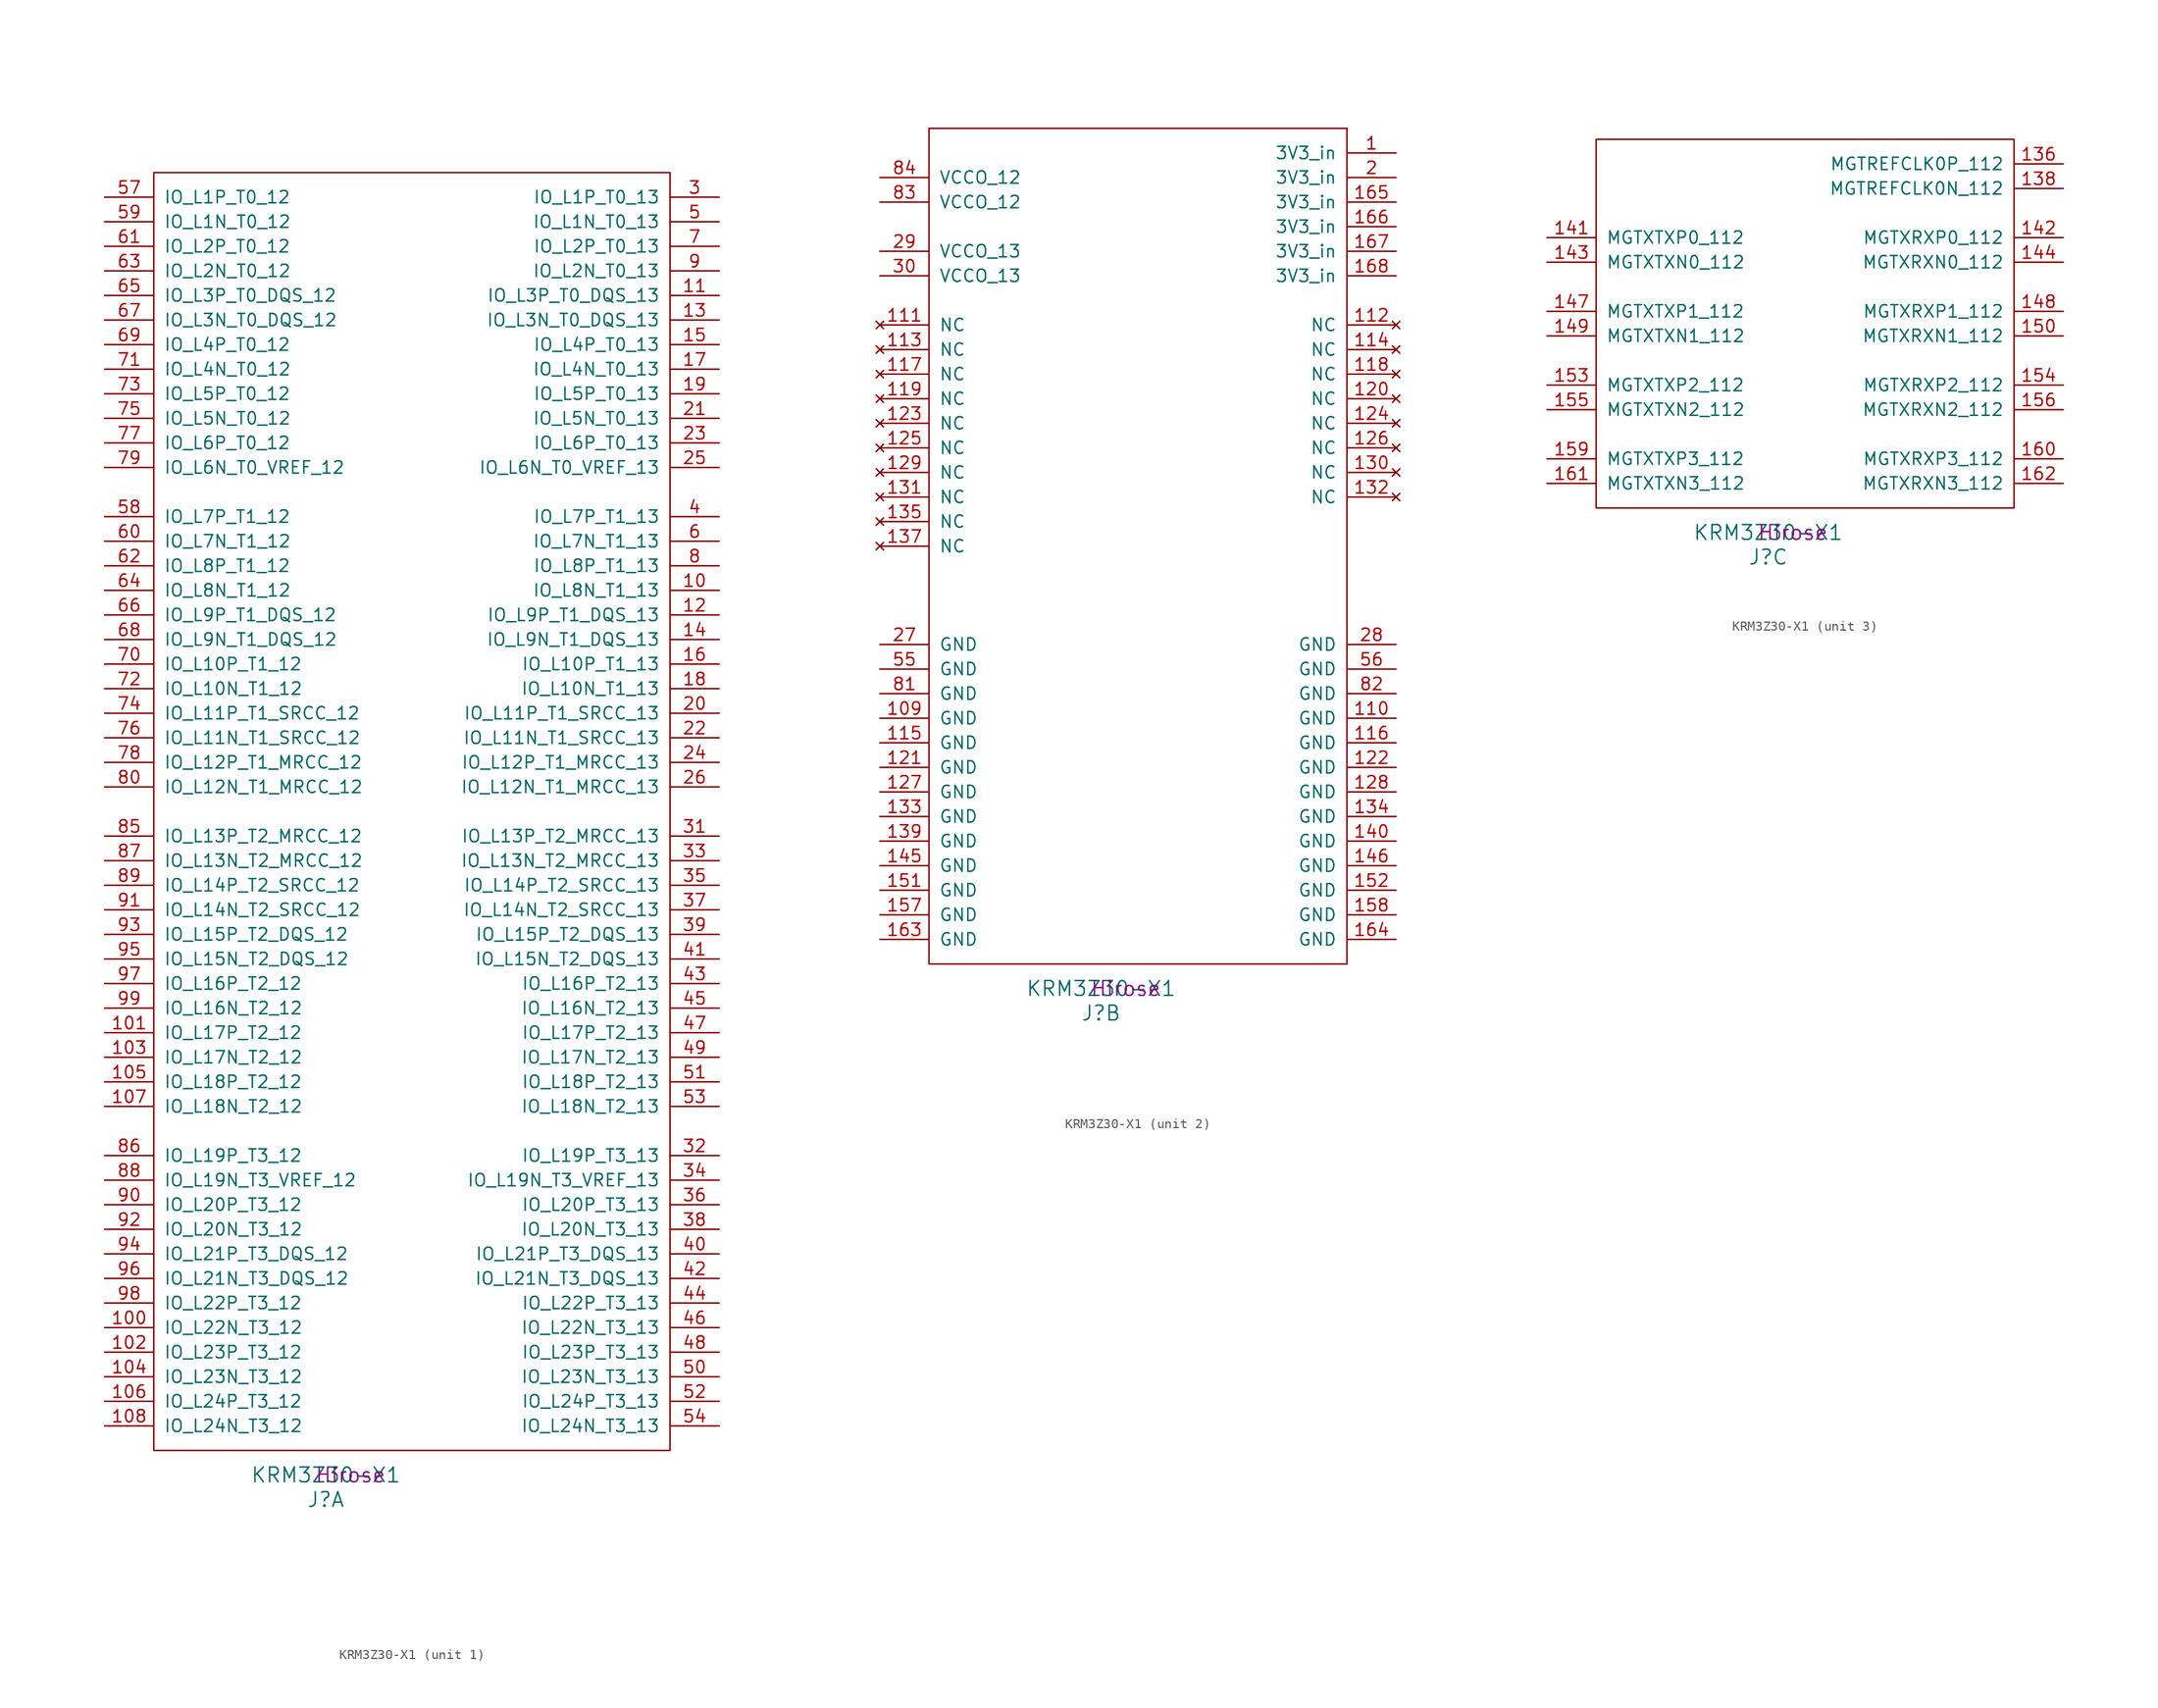
<source format=kicad_sym>
(kicad_symbol_lib
  (version 20220914)
  (generator kicad_symbol_editor)
  (symbol "KRM3Z30-X1"
    (pin_names
      (offset 1.016))
    (property "Reference" "J"
      (at 17.78 -5.08 0)
      (effects (font (size 1.524 1.524))))
    (property "Value" "KRM3Z30-X1"
      (at 17.78 -2.54 0)
      (effects (font (size 1.524 1.524))))
    (property "Datasheet" ""
      (at 3.81 43.18 0)
      (effects (font (size 1.524 1.524))))
    (property "Manufacturer" "Hirose"
      (at 20.32 -2.54 0)
      (effects (font (size 1.524 1.524))))
    (property "ki_locked" ""
      (at 0 0 0)
      (effects (font (size 1.27 1.27))))
    (symbol "KRM3Z30-X1_1_1"
      (rectangle (start 0 0) (end 53.34 132.08) (stroke (width 0) (type solid)) (fill (type none)))
      (pin bidirectional line (at 58.42 88.9 180) (length 5.08) (name "IO_L8N_T1_13" (effects (font (size 1.27 1.27)))) (number "10" (effects (font (size 1.27 1.27)))))
      (pin bidirectional line (at -5.08 12.7 0) (length 5.08) (name "IO_L22N_T3_12" (effects (font (size 1.27 1.27)))) (number "100" (effects (font (size 1.27 1.27)))))
      (pin bidirectional line (at -5.08 43.18 0) (length 5.08) (name "IO_L17P_T2_12" (effects (font (size 1.27 1.27)))) (number "101" (effects (font (size 1.27 1.27)))))
      (pin bidirectional line (at -5.08 10.16 0) (length 5.08) (name "IO_L23P_T3_12" (effects (font (size 1.27 1.27)))) (number "102" (effects (font (size 1.27 1.27)))))
      (pin bidirectional line (at -5.08 40.64 0) (length 5.08) (name "IO_L17N_T2_12" (effects (font (size 1.27 1.27)))) (number "103" (effects (font (size 1.27 1.27)))))
      (pin bidirectional line (at -5.08 7.62 0) (length 5.08) (name "IO_L23N_T3_12" (effects (font (size 1.27 1.27)))) (number "104" (effects (font (size 1.27 1.27)))))
      (pin bidirectional line (at -5.08 38.1 0) (length 5.08) (name "IO_L18P_T2_12" (effects (font (size 1.27 1.27)))) (number "105" (effects (font (size 1.27 1.27)))))
      (pin bidirectional line (at -5.08 5.08 0) (length 5.08) (name "IO_L24P_T3_12" (effects (font (size 1.27 1.27)))) (number "106" (effects (font (size 1.27 1.27)))))
      (pin bidirectional line (at -5.08 35.56 0) (length 5.08) (name "IO_L18N_T2_12" (effects (font (size 1.27 1.27)))) (number "107" (effects (font (size 1.27 1.27)))))
      (pin bidirectional line (at -5.08 2.54 0) (length 5.08) (name "IO_L24N_T3_12" (effects (font (size 1.27 1.27)))) (number "108" (effects (font (size 1.27 1.27)))))
      (pin bidirectional line (at 58.42 119.38 180) (length 5.08) (name "IO_L3P_T0_DQS_13" (effects (font (size 1.27 1.27)))) (number "11" (effects (font (size 1.27 1.27)))))
      (pin bidirectional line (at 58.42 86.36 180) (length 5.08) (name "IO_L9P_T1_DQS_13" (effects (font (size 1.27 1.27)))) (number "12" (effects (font (size 1.27 1.27)))))
      (pin bidirectional line (at 58.42 116.84 180) (length 5.08) (name "IO_L3N_T0_DQS_13" (effects (font (size 1.27 1.27)))) (number "13" (effects (font (size 1.27 1.27)))))
      (pin bidirectional line (at 58.42 83.82 180) (length 5.08) (name "IO_L9N_T1_DQS_13" (effects (font (size 1.27 1.27)))) (number "14" (effects (font (size 1.27 1.27)))))
      (pin bidirectional line (at 58.42 114.3 180) (length 5.08) (name "IO_L4P_T0_13" (effects (font (size 1.27 1.27)))) (number "15" (effects (font (size 1.27 1.27)))))
      (pin bidirectional line (at 58.42 81.28 180) (length 5.08) (name "IO_L10P_T1_13" (effects (font (size 1.27 1.27)))) (number "16" (effects (font (size 1.27 1.27)))))
      (pin bidirectional line (at 58.42 111.76 180) (length 5.08) (name "IO_L4N_T0_13" (effects (font (size 1.27 1.27)))) (number "17" (effects (font (size 1.27 1.27)))))
      (pin bidirectional line (at 58.42 78.74 180) (length 5.08) (name "IO_L10N_T1_13" (effects (font (size 1.27 1.27)))) (number "18" (effects (font (size 1.27 1.27)))))
      (pin bidirectional line (at 58.42 109.22 180) (length 5.08) (name "IO_L5P_T0_13" (effects (font (size 1.27 1.27)))) (number "19" (effects (font (size 1.27 1.27)))))
      (pin bidirectional line (at 58.42 76.2 180) (length 5.08) (name "IO_L11P_T1_SRCC_13" (effects (font (size 1.27 1.27)))) (number "20" (effects (font (size 1.27 1.27)))))
      (pin bidirectional line (at 58.42 106.68 180) (length 5.08) (name "IO_L5N_T0_13" (effects (font (size 1.27 1.27)))) (number "21" (effects (font (size 1.27 1.27)))))
      (pin bidirectional line (at 58.42 73.66 180) (length 5.08) (name "IO_L11N_T1_SRCC_13" (effects (font (size 1.27 1.27)))) (number "22" (effects (font (size 1.27 1.27)))))
      (pin bidirectional line (at 58.42 104.14 180) (length 5.08) (name "IO_L6P_T0_13" (effects (font (size 1.27 1.27)))) (number "23" (effects (font (size 1.27 1.27)))))
      (pin bidirectional line (at 58.42 71.12 180) (length 5.08) (name "IO_L12P_T1_MRCC_13" (effects (font (size 1.27 1.27)))) (number "24" (effects (font (size 1.27 1.27)))))
      (pin bidirectional line (at 58.42 101.6 180) (length 5.08) (name "IO_L6N_T0_VREF_13" (effects (font (size 1.27 1.27)))) (number "25" (effects (font (size 1.27 1.27)))))
      (pin bidirectional line (at 58.42 68.58 180) (length 5.08) (name "IO_L12N_T1_MRCC_13" (effects (font (size 1.27 1.27)))) (number "26" (effects (font (size 1.27 1.27)))))
      (pin bidirectional line (at 58.42 129.54 180) (length 5.08) (name "IO_L1P_T0_13" (effects (font (size 1.27 1.27)))) (number "3" (effects (font (size 1.27 1.27)))))
      (pin bidirectional line (at 58.42 63.5 180) (length 5.08) (name "IO_L13P_T2_MRCC_13" (effects (font (size 1.27 1.27)))) (number "31" (effects (font (size 1.27 1.27)))))
      (pin bidirectional line (at 58.42 30.48 180) (length 5.08) (name "IO_L19P_T3_13" (effects (font (size 1.27 1.27)))) (number "32" (effects (font (size 1.27 1.27)))))
      (pin bidirectional line (at 58.42 60.96 180) (length 5.08) (name "IO_L13N_T2_MRCC_13" (effects (font (size 1.27 1.27)))) (number "33" (effects (font (size 1.27 1.27)))))
      (pin bidirectional line (at 58.42 27.94 180) (length 5.08) (name "IO_L19N_T3_VREF_13" (effects (font (size 1.27 1.27)))) (number "34" (effects (font (size 1.27 1.27)))))
      (pin bidirectional line (at 58.42 58.42 180) (length 5.08) (name "IO_L14P_T2_SRCC_13" (effects (font (size 1.27 1.27)))) (number "35" (effects (font (size 1.27 1.27)))))
      (pin bidirectional line (at 58.42 25.4 180) (length 5.08) (name "IO_L20P_T3_13" (effects (font (size 1.27 1.27)))) (number "36" (effects (font (size 1.27 1.27)))))
      (pin bidirectional line (at 58.42 55.88 180) (length 5.08) (name "IO_L14N_T2_SRCC_13" (effects (font (size 1.27 1.27)))) (number "37" (effects (font (size 1.27 1.27)))))
      (pin bidirectional line (at 58.42 22.86 180) (length 5.08) (name "IO_L20N_T3_13" (effects (font (size 1.27 1.27)))) (number "38" (effects (font (size 1.27 1.27)))))
      (pin bidirectional line (at 58.42 53.34 180) (length 5.08) (name "IO_L15P_T2_DQS_13" (effects (font (size 1.27 1.27)))) (number "39" (effects (font (size 1.27 1.27)))))
      (pin bidirectional line (at 58.42 96.52 180) (length 5.08) (name "IO_L7P_T1_13" (effects (font (size 1.27 1.27)))) (number "4" (effects (font (size 1.27 1.27)))))
      (pin bidirectional line (at 58.42 20.32 180) (length 5.08) (name "IO_L21P_T3_DQS_13" (effects (font (size 1.27 1.27)))) (number "40" (effects (font (size 1.27 1.27)))))
      (pin bidirectional line (at 58.42 50.8 180) (length 5.08) (name "IO_L15N_T2_DQS_13" (effects (font (size 1.27 1.27)))) (number "41" (effects (font (size 1.27 1.27)))))
      (pin bidirectional line (at 58.42 17.78 180) (length 5.08) (name "IO_L21N_T3_DQS_13" (effects (font (size 1.27 1.27)))) (number "42" (effects (font (size 1.27 1.27)))))
      (pin bidirectional line (at 58.42 48.26 180) (length 5.08) (name "IO_L16P_T2_13" (effects (font (size 1.27 1.27)))) (number "43" (effects (font (size 1.27 1.27)))))
      (pin bidirectional line (at 58.42 15.24 180) (length 5.08) (name "IO_L22P_T3_13" (effects (font (size 1.27 1.27)))) (number "44" (effects (font (size 1.27 1.27)))))
      (pin bidirectional line (at 58.42 45.72 180) (length 5.08) (name "IO_L16N_T2_13" (effects (font (size 1.27 1.27)))) (number "45" (effects (font (size 1.27 1.27)))))
      (pin bidirectional line (at 58.42 12.7 180) (length 5.08) (name "IO_L22N_T3_13" (effects (font (size 1.27 1.27)))) (number "46" (effects (font (size 1.27 1.27)))))
      (pin bidirectional line (at 58.42 43.18 180) (length 5.08) (name "IO_L17P_T2_13" (effects (font (size 1.27 1.27)))) (number "47" (effects (font (size 1.27 1.27)))))
      (pin bidirectional line (at 58.42 10.16 180) (length 5.08) (name "IO_L23P_T3_13" (effects (font (size 1.27 1.27)))) (number "48" (effects (font (size 1.27 1.27)))))
      (pin bidirectional line (at 58.42 40.64 180) (length 5.08) (name "IO_L17N_T2_13" (effects (font (size 1.27 1.27)))) (number "49" (effects (font (size 1.27 1.27)))))
      (pin bidirectional line (at 58.42 127 180) (length 5.08) (name "IO_L1N_T0_13" (effects (font (size 1.27 1.27)))) (number "5" (effects (font (size 1.27 1.27)))))
      (pin bidirectional line (at 58.42 7.62 180) (length 5.08) (name "IO_L23N_T3_13" (effects (font (size 1.27 1.27)))) (number "50" (effects (font (size 1.27 1.27)))))
      (pin bidirectional line (at 58.42 38.1 180) (length 5.08) (name "IO_L18P_T2_13" (effects (font (size 1.27 1.27)))) (number "51" (effects (font (size 1.27 1.27)))))
      (pin bidirectional line (at 58.42 5.08 180) (length 5.08) (name "IO_L24P_T3_13" (effects (font (size 1.27 1.27)))) (number "52" (effects (font (size 1.27 1.27)))))
      (pin bidirectional line (at 58.42 35.56 180) (length 5.08) (name "IO_L18N_T2_13" (effects (font (size 1.27 1.27)))) (number "53" (effects (font (size 1.27 1.27)))))
      (pin bidirectional line (at 58.42 2.54 180) (length 5.08) (name "IO_L24N_T3_13" (effects (font (size 1.27 1.27)))) (number "54" (effects (font (size 1.27 1.27)))))
      (pin bidirectional line (at -5.08 129.54 0) (length 5.08) (name "IO_L1P_T0_12" (effects (font (size 1.27 1.27)))) (number "57" (effects (font (size 1.27 1.27)))))
      (pin bidirectional line (at -5.08 96.52 0) (length 5.08) (name "IO_L7P_T1_12" (effects (font (size 1.27 1.27)))) (number "58" (effects (font (size 1.27 1.27)))))
      (pin bidirectional line (at -5.08 127 0) (length 5.08) (name "IO_L1N_T0_12" (effects (font (size 1.27 1.27)))) (number "59" (effects (font (size 1.27 1.27)))))
      (pin bidirectional line (at 58.42 93.98 180) (length 5.08) (name "IO_L7N_T1_13" (effects (font (size 1.27 1.27)))) (number "6" (effects (font (size 1.27 1.27)))))
      (pin bidirectional line (at -5.08 93.98 0) (length 5.08) (name "IO_L7N_T1_12" (effects (font (size 1.27 1.27)))) (number "60" (effects (font (size 1.27 1.27)))))
      (pin bidirectional line (at -5.08 124.46 0) (length 5.08) (name "IO_L2P_T0_12" (effects (font (size 1.27 1.27)))) (number "61" (effects (font (size 1.27 1.27)))))
      (pin bidirectional line (at -5.08 91.44 0) (length 5.08) (name "IO_L8P_T1_12" (effects (font (size 1.27 1.27)))) (number "62" (effects (font (size 1.27 1.27)))))
      (pin bidirectional line (at -5.08 121.92 0) (length 5.08) (name "IO_L2N_T0_12" (effects (font (size 1.27 1.27)))) (number "63" (effects (font (size 1.27 1.27)))))
      (pin bidirectional line (at -5.08 88.9 0) (length 5.08) (name "IO_L8N_T1_12" (effects (font (size 1.27 1.27)))) (number "64" (effects (font (size 1.27 1.27)))))
      (pin bidirectional line (at -5.08 119.38 0) (length 5.08) (name "IO_L3P_T0_DQS_12" (effects (font (size 1.27 1.27)))) (number "65" (effects (font (size 1.27 1.27)))))
      (pin bidirectional line (at -5.08 86.36 0) (length 5.08) (name "IO_L9P_T1_DQS_12" (effects (font (size 1.27 1.27)))) (number "66" (effects (font (size 1.27 1.27)))))
      (pin bidirectional line (at -5.08 116.84 0) (length 5.08) (name "IO_L3N_T0_DQS_12" (effects (font (size 1.27 1.27)))) (number "67" (effects (font (size 1.27 1.27)))))
      (pin bidirectional line (at -5.08 83.82 0) (length 5.08) (name "IO_L9N_T1_DQS_12" (effects (font (size 1.27 1.27)))) (number "68" (effects (font (size 1.27 1.27)))))
      (pin bidirectional line (at -5.08 114.3 0) (length 5.08) (name "IO_L4P_T0_12" (effects (font (size 1.27 1.27)))) (number "69" (effects (font (size 1.27 1.27)))))
      (pin bidirectional line (at 58.42 124.46 180) (length 5.08) (name "IO_L2P_T0_13" (effects (font (size 1.27 1.27)))) (number "7" (effects (font (size 1.27 1.27)))))
      (pin bidirectional line (at -5.08 81.28 0) (length 5.08) (name "IO_L10P_T1_12" (effects (font (size 1.27 1.27)))) (number "70" (effects (font (size 1.27 1.27)))))
      (pin bidirectional line (at -5.08 111.76 0) (length 5.08) (name "IO_L4N_T0_12" (effects (font (size 1.27 1.27)))) (number "71" (effects (font (size 1.27 1.27)))))
      (pin bidirectional line (at -5.08 78.74 0) (length 5.08) (name "IO_L10N_T1_12" (effects (font (size 1.27 1.27)))) (number "72" (effects (font (size 1.27 1.27)))))
      (pin bidirectional line (at -5.08 109.22 0) (length 5.08) (name "IO_L5P_T0_12" (effects (font (size 1.27 1.27)))) (number "73" (effects (font (size 1.27 1.27)))))
      (pin bidirectional line (at -5.08 76.2 0) (length 5.08) (name "IO_L11P_T1_SRCC_12" (effects (font (size 1.27 1.27)))) (number "74" (effects (font (size 1.27 1.27)))))
      (pin bidirectional line (at -5.08 106.68 0) (length 5.08) (name "IO_L5N_T0_12" (effects (font (size 1.27 1.27)))) (number "75" (effects (font (size 1.27 1.27)))))
      (pin bidirectional line (at -5.08 73.66 0) (length 5.08) (name "IO_L11N_T1_SRCC_12" (effects (font (size 1.27 1.27)))) (number "76" (effects (font (size 1.27 1.27)))))
      (pin bidirectional line (at -5.08 104.14 0) (length 5.08) (name "IO_L6P_T0_12" (effects (font (size 1.27 1.27)))) (number "77" (effects (font (size 1.27 1.27)))))
      (pin bidirectional line (at -5.08 71.12 0) (length 5.08) (name "IO_L12P_T1_MRCC_12" (effects (font (size 1.27 1.27)))) (number "78" (effects (font (size 1.27 1.27)))))
      (pin bidirectional line (at -5.08 101.6 0) (length 5.08) (name "IO_L6N_T0_VREF_12" (effects (font (size 1.27 1.27)))) (number "79" (effects (font (size 1.27 1.27)))))
      (pin bidirectional line (at 58.42 91.44 180) (length 5.08) (name "IO_L8P_T1_13" (effects (font (size 1.27 1.27)))) (number "8" (effects (font (size 1.27 1.27)))))
      (pin bidirectional line (at -5.08 68.58 0) (length 5.08) (name "IO_L12N_T1_MRCC_12" (effects (font (size 1.27 1.27)))) (number "80" (effects (font (size 1.27 1.27)))))
      (pin bidirectional line (at -5.08 63.5 0) (length 5.08) (name "IO_L13P_T2_MRCC_12" (effects (font (size 1.27 1.27)))) (number "85" (effects (font (size 1.27 1.27)))))
      (pin bidirectional line (at -5.08 30.48 0) (length 5.08) (name "IO_L19P_T3_12" (effects (font (size 1.27 1.27)))) (number "86" (effects (font (size 1.27 1.27)))))
      (pin bidirectional line (at -5.08 60.96 0) (length 5.08) (name "IO_L13N_T2_MRCC_12" (effects (font (size 1.27 1.27)))) (number "87" (effects (font (size 1.27 1.27)))))
      (pin bidirectional line (at -5.08 27.94 0) (length 5.08) (name "IO_L19N_T3_VREF_12" (effects (font (size 1.27 1.27)))) (number "88" (effects (font (size 1.27 1.27)))))
      (pin bidirectional line (at -5.08 58.42 0) (length 5.08) (name "IO_L14P_T2_SRCC_12" (effects (font (size 1.27 1.27)))) (number "89" (effects (font (size 1.27 1.27)))))
      (pin bidirectional line (at 58.42 121.92 180) (length 5.08) (name "IO_L2N_T0_13" (effects (font (size 1.27 1.27)))) (number "9" (effects (font (size 1.27 1.27)))))
      (pin bidirectional line (at -5.08 25.4 0) (length 5.08) (name "IO_L20P_T3_12" (effects (font (size 1.27 1.27)))) (number "90" (effects (font (size 1.27 1.27)))))
      (pin bidirectional line (at -5.08 55.88 0) (length 5.08) (name "IO_L14N_T2_SRCC_12" (effects (font (size 1.27 1.27)))) (number "91" (effects (font (size 1.27 1.27)))))
      (pin bidirectional line (at -5.08 22.86 0) (length 5.08) (name "IO_L20N_T3_12" (effects (font (size 1.27 1.27)))) (number "92" (effects (font (size 1.27 1.27)))))
      (pin bidirectional line (at -5.08 53.34 0) (length 5.08) (name "IO_L15P_T2_DQS_12" (effects (font (size 1.27 1.27)))) (number "93" (effects (font (size 1.27 1.27)))))
      (pin bidirectional line (at -5.08 20.32 0) (length 5.08) (name "IO_L21P_T3_DQS_12" (effects (font (size 1.27 1.27)))) (number "94" (effects (font (size 1.27 1.27)))))
      (pin bidirectional line (at -5.08 50.8 0) (length 5.08) (name "IO_L15N_T2_DQS_12" (effects (font (size 1.27 1.27)))) (number "95" (effects (font (size 1.27 1.27)))))
      (pin bidirectional line (at -5.08 17.78 0) (length 5.08) (name "IO_L21N_T3_DQS_12" (effects (font (size 1.27 1.27)))) (number "96" (effects (font (size 1.27 1.27)))))
      (pin bidirectional line (at -5.08 48.26 0) (length 5.08) (name "IO_L16P_T2_12" (effects (font (size 1.27 1.27)))) (number "97" (effects (font (size 1.27 1.27)))))
      (pin bidirectional line (at -5.08 15.24 0) (length 5.08) (name "IO_L22P_T3_12" (effects (font (size 1.27 1.27)))) (number "98" (effects (font (size 1.27 1.27)))))
      (pin bidirectional line (at -5.08 45.72 0) (length 5.08) (name "IO_L16N_T2_12" (effects (font (size 1.27 1.27)))) (number "99" (effects (font (size 1.27 1.27))))))
    (symbol "KRM3Z30-X1_2_1"
      (rectangle (start 0 86.36) (end 43.18 0) (stroke (width 0) (type solid)) (fill (type none)))
      (pin power_in line (at 48.26 83.82 180) (length 5.08) (name "3V3_in" (effects (font (size 1.27 1.27)))) (number "1" (effects (font (size 1.27 1.27)))))
      (pin power_in line (at -5.08 25.4 0) (length 5.08) (name "GND" (effects (font (size 1.27 1.27)))) (number "109" (effects (font (size 1.27 1.27)))))
      (pin power_in line (at 48.26 25.4 180) (length 5.08) (name "GND" (effects (font (size 1.27 1.27)))) (number "110" (effects (font (size 1.27 1.27)))))
      (pin no_connect line (at -5.08 66.04 0) (length 5.08) (name "NC" (effects (font (size 1.27 1.27)))) (number "111" (effects (font (size 1.27 1.27)))))
      (pin no_connect line (at 48.26 66.04 180) (length 5.08) (name "NC" (effects (font (size 1.27 1.27)))) (number "112" (effects (font (size 1.27 1.27)))))
      (pin no_connect line (at -5.08 63.5 0) (length 5.08) (name "NC" (effects (font (size 1.27 1.27)))) (number "113" (effects (font (size 1.27 1.27)))))
      (pin no_connect line (at 48.26 63.5 180) (length 5.08) (name "NC" (effects (font (size 1.27 1.27)))) (number "114" (effects (font (size 1.27 1.27)))))
      (pin power_in line (at -5.08 22.86 0) (length 5.08) (name "GND" (effects (font (size 1.27 1.27)))) (number "115" (effects (font (size 1.27 1.27)))))
      (pin power_in line (at 48.26 22.86 180) (length 5.08) (name "GND" (effects (font (size 1.27 1.27)))) (number "116" (effects (font (size 1.27 1.27)))))
      (pin no_connect line (at -5.08 60.96 0) (length 5.08) (name "NC" (effects (font (size 1.27 1.27)))) (number "117" (effects (font (size 1.27 1.27)))))
      (pin no_connect line (at 48.26 60.96 180) (length 5.08) (name "NC" (effects (font (size 1.27 1.27)))) (number "118" (effects (font (size 1.27 1.27)))))
      (pin no_connect line (at -5.08 58.42 0) (length 5.08) (name "NC" (effects (font (size 1.27 1.27)))) (number "119" (effects (font (size 1.27 1.27)))))
      (pin no_connect line (at 48.26 58.42 180) (length 5.08) (name "NC" (effects (font (size 1.27 1.27)))) (number "120" (effects (font (size 1.27 1.27)))))
      (pin power_in line (at -5.08 20.32 0) (length 5.08) (name "GND" (effects (font (size 1.27 1.27)))) (number "121" (effects (font (size 1.27 1.27)))))
      (pin power_in line (at 48.26 20.32 180) (length 5.08) (name "GND" (effects (font (size 1.27 1.27)))) (number "122" (effects (font (size 1.27 1.27)))))
      (pin no_connect line (at -5.08 55.88 0) (length 5.08) (name "NC" (effects (font (size 1.27 1.27)))) (number "123" (effects (font (size 1.27 1.27)))))
      (pin no_connect line (at 48.26 55.88 180) (length 5.08) (name "NC" (effects (font (size 1.27 1.27)))) (number "124" (effects (font (size 1.27 1.27)))))
      (pin no_connect line (at -5.08 53.34 0) (length 5.08) (name "NC" (effects (font (size 1.27 1.27)))) (number "125" (effects (font (size 1.27 1.27)))))
      (pin no_connect line (at 48.26 53.34 180) (length 5.08) (name "NC" (effects (font (size 1.27 1.27)))) (number "126" (effects (font (size 1.27 1.27)))))
      (pin power_in line (at -5.08 17.78 0) (length 5.08) (name "GND" (effects (font (size 1.27 1.27)))) (number "127" (effects (font (size 1.27 1.27)))))
      (pin power_in line (at 48.26 17.78 180) (length 5.08) (name "GND" (effects (font (size 1.27 1.27)))) (number "128" (effects (font (size 1.27 1.27)))))
      (pin no_connect line (at -5.08 50.8 0) (length 5.08) (name "NC" (effects (font (size 1.27 1.27)))) (number "129" (effects (font (size 1.27 1.27)))))
      (pin no_connect line (at 48.26 50.8 180) (length 5.08) (name "NC" (effects (font (size 1.27 1.27)))) (number "130" (effects (font (size 1.27 1.27)))))
      (pin no_connect line (at -5.08 48.26 0) (length 5.08) (name "NC" (effects (font (size 1.27 1.27)))) (number "131" (effects (font (size 1.27 1.27)))))
      (pin no_connect line (at 48.26 48.26 180) (length 5.08) (name "NC" (effects (font (size 1.27 1.27)))) (number "132" (effects (font (size 1.27 1.27)))))
      (pin power_in line (at -5.08 15.24 0) (length 5.08) (name "GND" (effects (font (size 1.27 1.27)))) (number "133" (effects (font (size 1.27 1.27)))))
      (pin power_in line (at 48.26 15.24 180) (length 5.08) (name "GND" (effects (font (size 1.27 1.27)))) (number "134" (effects (font (size 1.27 1.27)))))
      (pin no_connect line (at -5.08 45.72 0) (length 5.08) (name "NC" (effects (font (size 1.27 1.27)))) (number "135" (effects (font (size 1.27 1.27)))))
      (pin no_connect line (at -5.08 43.18 0) (length 5.08) (name "NC" (effects (font (size 1.27 1.27)))) (number "137" (effects (font (size 1.27 1.27)))))
      (pin power_in line (at -5.08 12.7 0) (length 5.08) (name "GND" (effects (font (size 1.27 1.27)))) (number "139" (effects (font (size 1.27 1.27)))))
      (pin power_in line (at 48.26 12.7 180) (length 5.08) (name "GND" (effects (font (size 1.27 1.27)))) (number "140" (effects (font (size 1.27 1.27)))))
      (pin power_in line (at -5.08 10.16 0) (length 5.08) (name "GND" (effects (font (size 1.27 1.27)))) (number "145" (effects (font (size 1.27 1.27)))))
      (pin power_in line (at 48.26 10.16 180) (length 5.08) (name "GND" (effects (font (size 1.27 1.27)))) (number "146" (effects (font (size 1.27 1.27)))))
      (pin power_in line (at -5.08 7.62 0) (length 5.08) (name "GND" (effects (font (size 1.27 1.27)))) (number "151" (effects (font (size 1.27 1.27)))))
      (pin power_in line (at 48.26 7.62 180) (length 5.08) (name "GND" (effects (font (size 1.27 1.27)))) (number "152" (effects (font (size 1.27 1.27)))))
      (pin power_in line (at -5.08 5.08 0) (length 5.08) (name "GND" (effects (font (size 1.27 1.27)))) (number "157" (effects (font (size 1.27 1.27)))))
      (pin power_in line (at 48.26 5.08 180) (length 5.08) (name "GND" (effects (font (size 1.27 1.27)))) (number "158" (effects (font (size 1.27 1.27)))))
      (pin power_in line (at -5.08 2.54 0) (length 5.08) (name "GND" (effects (font (size 1.27 1.27)))) (number "163" (effects (font (size 1.27 1.27)))))
      (pin power_in line (at 48.26 2.54 180) (length 5.08) (name "GND" (effects (font (size 1.27 1.27)))) (number "164" (effects (font (size 1.27 1.27)))))
      (pin power_in line (at 48.26 78.74 180) (length 5.08) (name "3V3_in" (effects (font (size 1.27 1.27)))) (number "165" (effects (font (size 1.27 1.27)))))
      (pin power_in line (at 48.26 76.2 180) (length 5.08) (name "3V3_in" (effects (font (size 1.27 1.27)))) (number "166" (effects (font (size 1.27 1.27)))))
      (pin power_in line (at 48.26 73.66 180) (length 5.08) (name "3V3_in" (effects (font (size 1.27 1.27)))) (number "167" (effects (font (size 1.27 1.27)))))
      (pin power_in line (at 48.26 71.12 180) (length 5.08) (name "3V3_in" (effects (font (size 1.27 1.27)))) (number "168" (effects (font (size 1.27 1.27)))))
      (pin power_in line (at 48.26 81.28 180) (length 5.08) (name "3V3_in" (effects (font (size 1.27 1.27)))) (number "2" (effects (font (size 1.27 1.27)))))
      (pin power_in line (at -5.08 33.02 0) (length 5.08) (name "GND" (effects (font (size 1.27 1.27)))) (number "27" (effects (font (size 1.27 1.27)))))
      (pin input line (at 48.26 33.02 180) (length 5.08) (name "GND" (effects (font (size 1.27 1.27)))) (number "28" (effects (font (size 1.27 1.27)))))
      (pin power_in line (at -5.08 73.66 0) (length 5.08) (name "VCCO_13" (effects (font (size 1.27 1.27)))) (number "29" (effects (font (size 1.27 1.27)))))
      (pin power_in line (at -5.08 71.12 0) (length 5.08) (name "VCCO_13" (effects (font (size 1.27 1.27)))) (number "30" (effects (font (size 1.27 1.27)))))
      (pin power_in line (at -5.08 30.48 0) (length 5.08) (name "GND" (effects (font (size 1.27 1.27)))) (number "55" (effects (font (size 1.27 1.27)))))
      (pin power_in line (at 48.26 30.48 180) (length 5.08) (name "GND" (effects (font (size 1.27 1.27)))) (number "56" (effects (font (size 1.27 1.27)))))
      (pin power_in line (at -5.08 27.94 0) (length 5.08) (name "GND" (effects (font (size 1.27 1.27)))) (number "81" (effects (font (size 1.27 1.27)))))
      (pin power_in line (at 48.26 27.94 180) (length 5.08) (name "GND" (effects (font (size 1.27 1.27)))) (number "82" (effects (font (size 1.27 1.27)))))
      (pin power_in line (at -5.08 78.74 0) (length 5.08) (name "VCCO_12" (effects (font (size 1.27 1.27)))) (number "83" (effects (font (size 1.27 1.27)))))
      (pin power_in line (at -5.08 81.28 0) (length 5.08) (name "VCCO_12" (effects (font (size 1.27 1.27)))) (number "84" (effects (font (size 1.27 1.27))))))
    (symbol "KRM3Z30-X1_3_1"
      (rectangle (start 0 0) (end 43.18 38.1) (stroke (width 0) (type solid)) (fill (type none)))
      (pin input line (at 48.26 35.56 180) (length 5.08) (name "MGTREFCLK0P_112" (effects (font (size 1.27 1.27)))) (number "136" (effects (font (size 1.27 1.27)))))
      (pin input line (at 48.26 33.02 180) (length 5.08) (name "MGTREFCLK0N_112" (effects (font (size 1.27 1.27)))) (number "138" (effects (font (size 1.27 1.27)))))
      (pin output line (at -5.08 27.94 0) (length 5.08) (name "MGTXTXP0_112" (effects (font (size 1.27 1.27)))) (number "141" (effects (font (size 1.27 1.27)))))
      (pin input line (at 48.26 27.94 180) (length 5.08) (name "MGTXRXP0_112" (effects (font (size 1.27 1.27)))) (number "142" (effects (font (size 1.27 1.27)))))
      (pin output line (at -5.08 25.4 0) (length 5.08) (name "MGTXTXN0_112" (effects (font (size 1.27 1.27)))) (number "143" (effects (font (size 1.27 1.27)))))
      (pin input line (at 48.26 25.4 180) (length 5.08) (name "MGTXRXN0_112" (effects (font (size 1.27 1.27)))) (number "144" (effects (font (size 1.27 1.27)))))
      (pin output line (at -5.08 20.32 0) (length 5.08) (name "MGTXTXP1_112" (effects (font (size 1.27 1.27)))) (number "147" (effects (font (size 1.27 1.27)))))
      (pin input line (at 48.26 20.32 180) (length 5.08) (name "MGTXRXP1_112" (effects (font (size 1.27 1.27)))) (number "148" (effects (font (size 1.27 1.27)))))
      (pin output line (at -5.08 17.78 0) (length 5.08) (name "MGTXTXN1_112" (effects (font (size 1.27 1.27)))) (number "149" (effects (font (size 1.27 1.27)))))
      (pin input line (at 48.26 17.78 180) (length 5.08) (name "MGTXRXN1_112" (effects (font (size 1.27 1.27)))) (number "150" (effects (font (size 1.27 1.27)))))
      (pin output line (at -5.08 12.7 0) (length 5.08) (name "MGTXTXP2_112" (effects (font (size 1.27 1.27)))) (number "153" (effects (font (size 1.27 1.27)))))
      (pin input line (at 48.26 12.7 180) (length 5.08) (name "MGTXRXP2_112" (effects (font (size 1.27 1.27)))) (number "154" (effects (font (size 1.27 1.27)))))
      (pin output line (at -5.08 10.16 0) (length 5.08) (name "MGTXTXN2_112" (effects (font (size 1.27 1.27)))) (number "155" (effects (font (size 1.27 1.27)))))
      (pin input line (at 48.26 10.16 180) (length 5.08) (name "MGTXRXN2_112" (effects (font (size 1.27 1.27)))) (number "156" (effects (font (size 1.27 1.27)))))
      (pin output line (at -5.08 5.08 0) (length 5.08) (name "MGTXTXP3_112" (effects (font (size 1.27 1.27)))) (number "159" (effects (font (size 1.27 1.27)))))
      (pin input line (at 48.26 5.08 180) (length 5.08) (name "MGTXRXP3_112" (effects (font (size 1.27 1.27)))) (number "160" (effects (font (size 1.27 1.27)))))
      (pin output line (at -5.08 2.54 0) (length 5.08) (name "MGTXTXN3_112" (effects (font (size 1.27 1.27)))) (number "161" (effects (font (size 1.27 1.27)))))
      (pin input line (at 48.26 2.54 180) (length 5.08) (name "MGTXRXN3_112" (effects (font (size 1.27 1.27)))) (number "162" (effects (font (size 1.27 1.27))))))))
</source>
